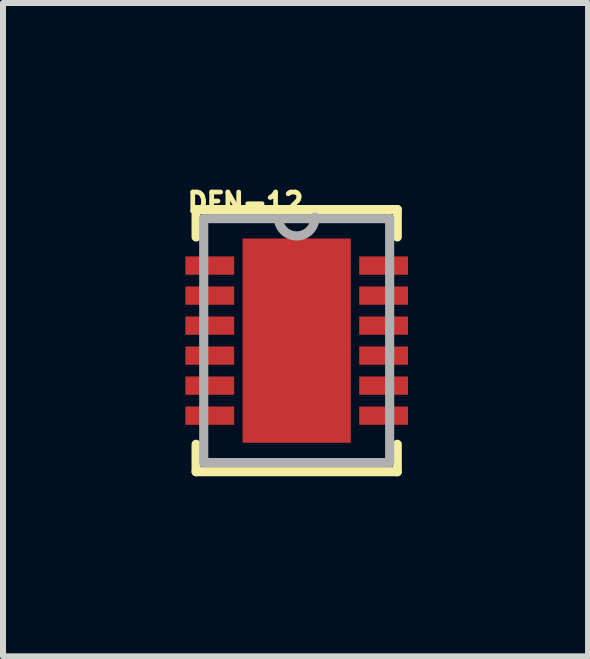
<source format=kicad_pcb>
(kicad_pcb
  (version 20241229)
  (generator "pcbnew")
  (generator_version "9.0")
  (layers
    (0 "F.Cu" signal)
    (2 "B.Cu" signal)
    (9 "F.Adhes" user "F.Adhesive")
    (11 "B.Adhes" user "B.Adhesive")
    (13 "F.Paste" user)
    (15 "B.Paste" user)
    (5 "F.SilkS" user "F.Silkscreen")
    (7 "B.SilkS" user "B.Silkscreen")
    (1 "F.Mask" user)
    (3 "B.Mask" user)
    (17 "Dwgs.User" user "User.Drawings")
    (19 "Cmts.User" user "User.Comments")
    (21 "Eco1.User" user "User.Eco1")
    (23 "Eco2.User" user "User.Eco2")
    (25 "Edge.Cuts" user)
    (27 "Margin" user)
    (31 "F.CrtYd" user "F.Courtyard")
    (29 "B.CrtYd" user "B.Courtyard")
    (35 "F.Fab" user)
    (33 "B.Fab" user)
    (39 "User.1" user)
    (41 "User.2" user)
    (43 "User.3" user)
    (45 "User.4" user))
  (footprint "DFN-12"
    (layer "F.Cu")
    (at 1.893 2.625)
    (property "Reference" "DFN-12" (at -0.854 -2.302 0) (layer "F.SilkS") (effects (font (size 0.315 0.315) (thickness 0.15))))
    (attr smd)
    (fp_line (start -1.676 -2.184) (end -1.676 -1.727) (stroke (width 0.152) (type solid)) (layer "F.SilkS"))
    (fp_line (start -1.676 1.727) (end -1.676 2.184) (stroke (width 0.152) (type solid)) (layer "F.SilkS"))
    (fp_line (start -1.676 2.184) (end 1.676 2.184) (stroke (width 0.152) (type solid)) (layer "F.SilkS"))
    (fp_line (start 1.676 -2.184) (end -1.676 -2.184) (stroke (width 0.152) (type solid)) (layer "F.SilkS"))
    (fp_line (start 1.676 -1.727) (end 1.676 -2.184) (stroke (width 0.152) (type solid)) (layer "F.SilkS"))
    (fp_line (start 1.676 2.184) (end 1.676 1.727) (stroke (width 0.152) (type solid)) (layer "F.SilkS"))
    (fp_poly (pts (xy -0.802 -1.602) (xy -0.802 -0.1) (xy 0.802 -0.1) (xy 0.802 -1.602)) (stroke (width 0.025) (type solid)) (fill yes) (layer "F.Paste"))
    (fp_poly (pts (xy -0.802 0.1) (xy -0.802 1.602) (xy 0.802 1.602) (xy 0.802 0.1)) (stroke (width 0.025) (type solid)) (fill yes) (layer "F.Paste"))
    (fp_line (start -1.549 -2.032) (end -1.549 2.032) (stroke (width 0.152) (type solid)) (layer "F.Fab"))
    (fp_line (start -1.549 2.032) (end 1.549 2.032) (stroke (width 0.152) (type solid)) (layer "F.Fab"))
    (fp_line (start -0.305 -2.032) (end -1.549 -2.032) (stroke (width 0.152) (type solid)) (layer "F.Fab"))
    (fp_line (start 1.549 -2.032) (end -0.305 -2.032) (stroke (width 0.152) (type solid)) (layer "F.Fab"))
    (fp_line (start 1.549 2.032) (end 1.549 -2.032) (stroke (width 0.152) (type solid)) (layer "F.Fab"))
    (fp_arc (start 0.3048 -2.0574) (mid 0.0127 -1.7399) (end -0.3048 -2.032) (stroke (width 0.1524) (type solid)) (layer "F.Fab"))
    (pad "1" smd rect (at -1.448 -1.25) (size 0.813 0.305) (layers "F.Cu" "F.Mask" "F.Paste"))
    (pad "2" smd rect (at -1.448 -0.75) (size 0.813 0.305) (layers "F.Cu" "F.Mask" "F.Paste"))
    (pad "3" smd rect (at -1.448 -0.25) (size 0.813 0.305) (layers "F.Cu" "F.Mask" "F.Paste"))
    (pad "4" smd rect (at -1.448 0.25) (size 0.813 0.305) (layers "F.Cu" "F.Mask" "F.Paste"))
    (pad "5" smd rect (at -1.448 0.75) (size 0.813 0.305) (layers "F.Cu" "F.Mask" "F.Paste"))
    (pad "6" smd rect (at -1.448 1.25) (size 0.813 0.305) (layers "F.Cu" "F.Mask" "F.Paste"))
    (pad "7" smd rect (at 1.448 1.25) (size 0.813 0.305) (layers "F.Cu" "F.Mask" "F.Paste"))
    (pad "8" smd rect (at 1.448 0.75) (size 0.813 0.305) (layers "F.Cu" "F.Mask" "F.Paste"))
    (pad "9" smd rect (at 1.448 0.25) (size 0.813 0.305) (layers "F.Cu" "F.Mask" "F.Paste"))
    (pad "10" smd rect (at 1.448 -0.25) (size 0.813 0.305) (layers "F.Cu" "F.Mask" "F.Paste"))
    (pad "11" smd rect (at 1.448 -0.75) (size 0.813 0.305) (layers "F.Cu" "F.Mask" "F.Paste"))
    (pad "12" smd rect (at 1.448 -1.25) (size 0.813 0.305) (layers "F.Cu" "F.Mask" "F.Paste"))
    (pad "13" smd rect (at 0 0) (size 1.803 3.404) (layers "F.Cu" "F.Mask")))
  (gr_rect
    (start -3 -3)
    (end 6.747 7.885)
    (stroke (width 0.1) (type default))
    (fill no)
    (layer "Edge.Cuts")))
</source>
